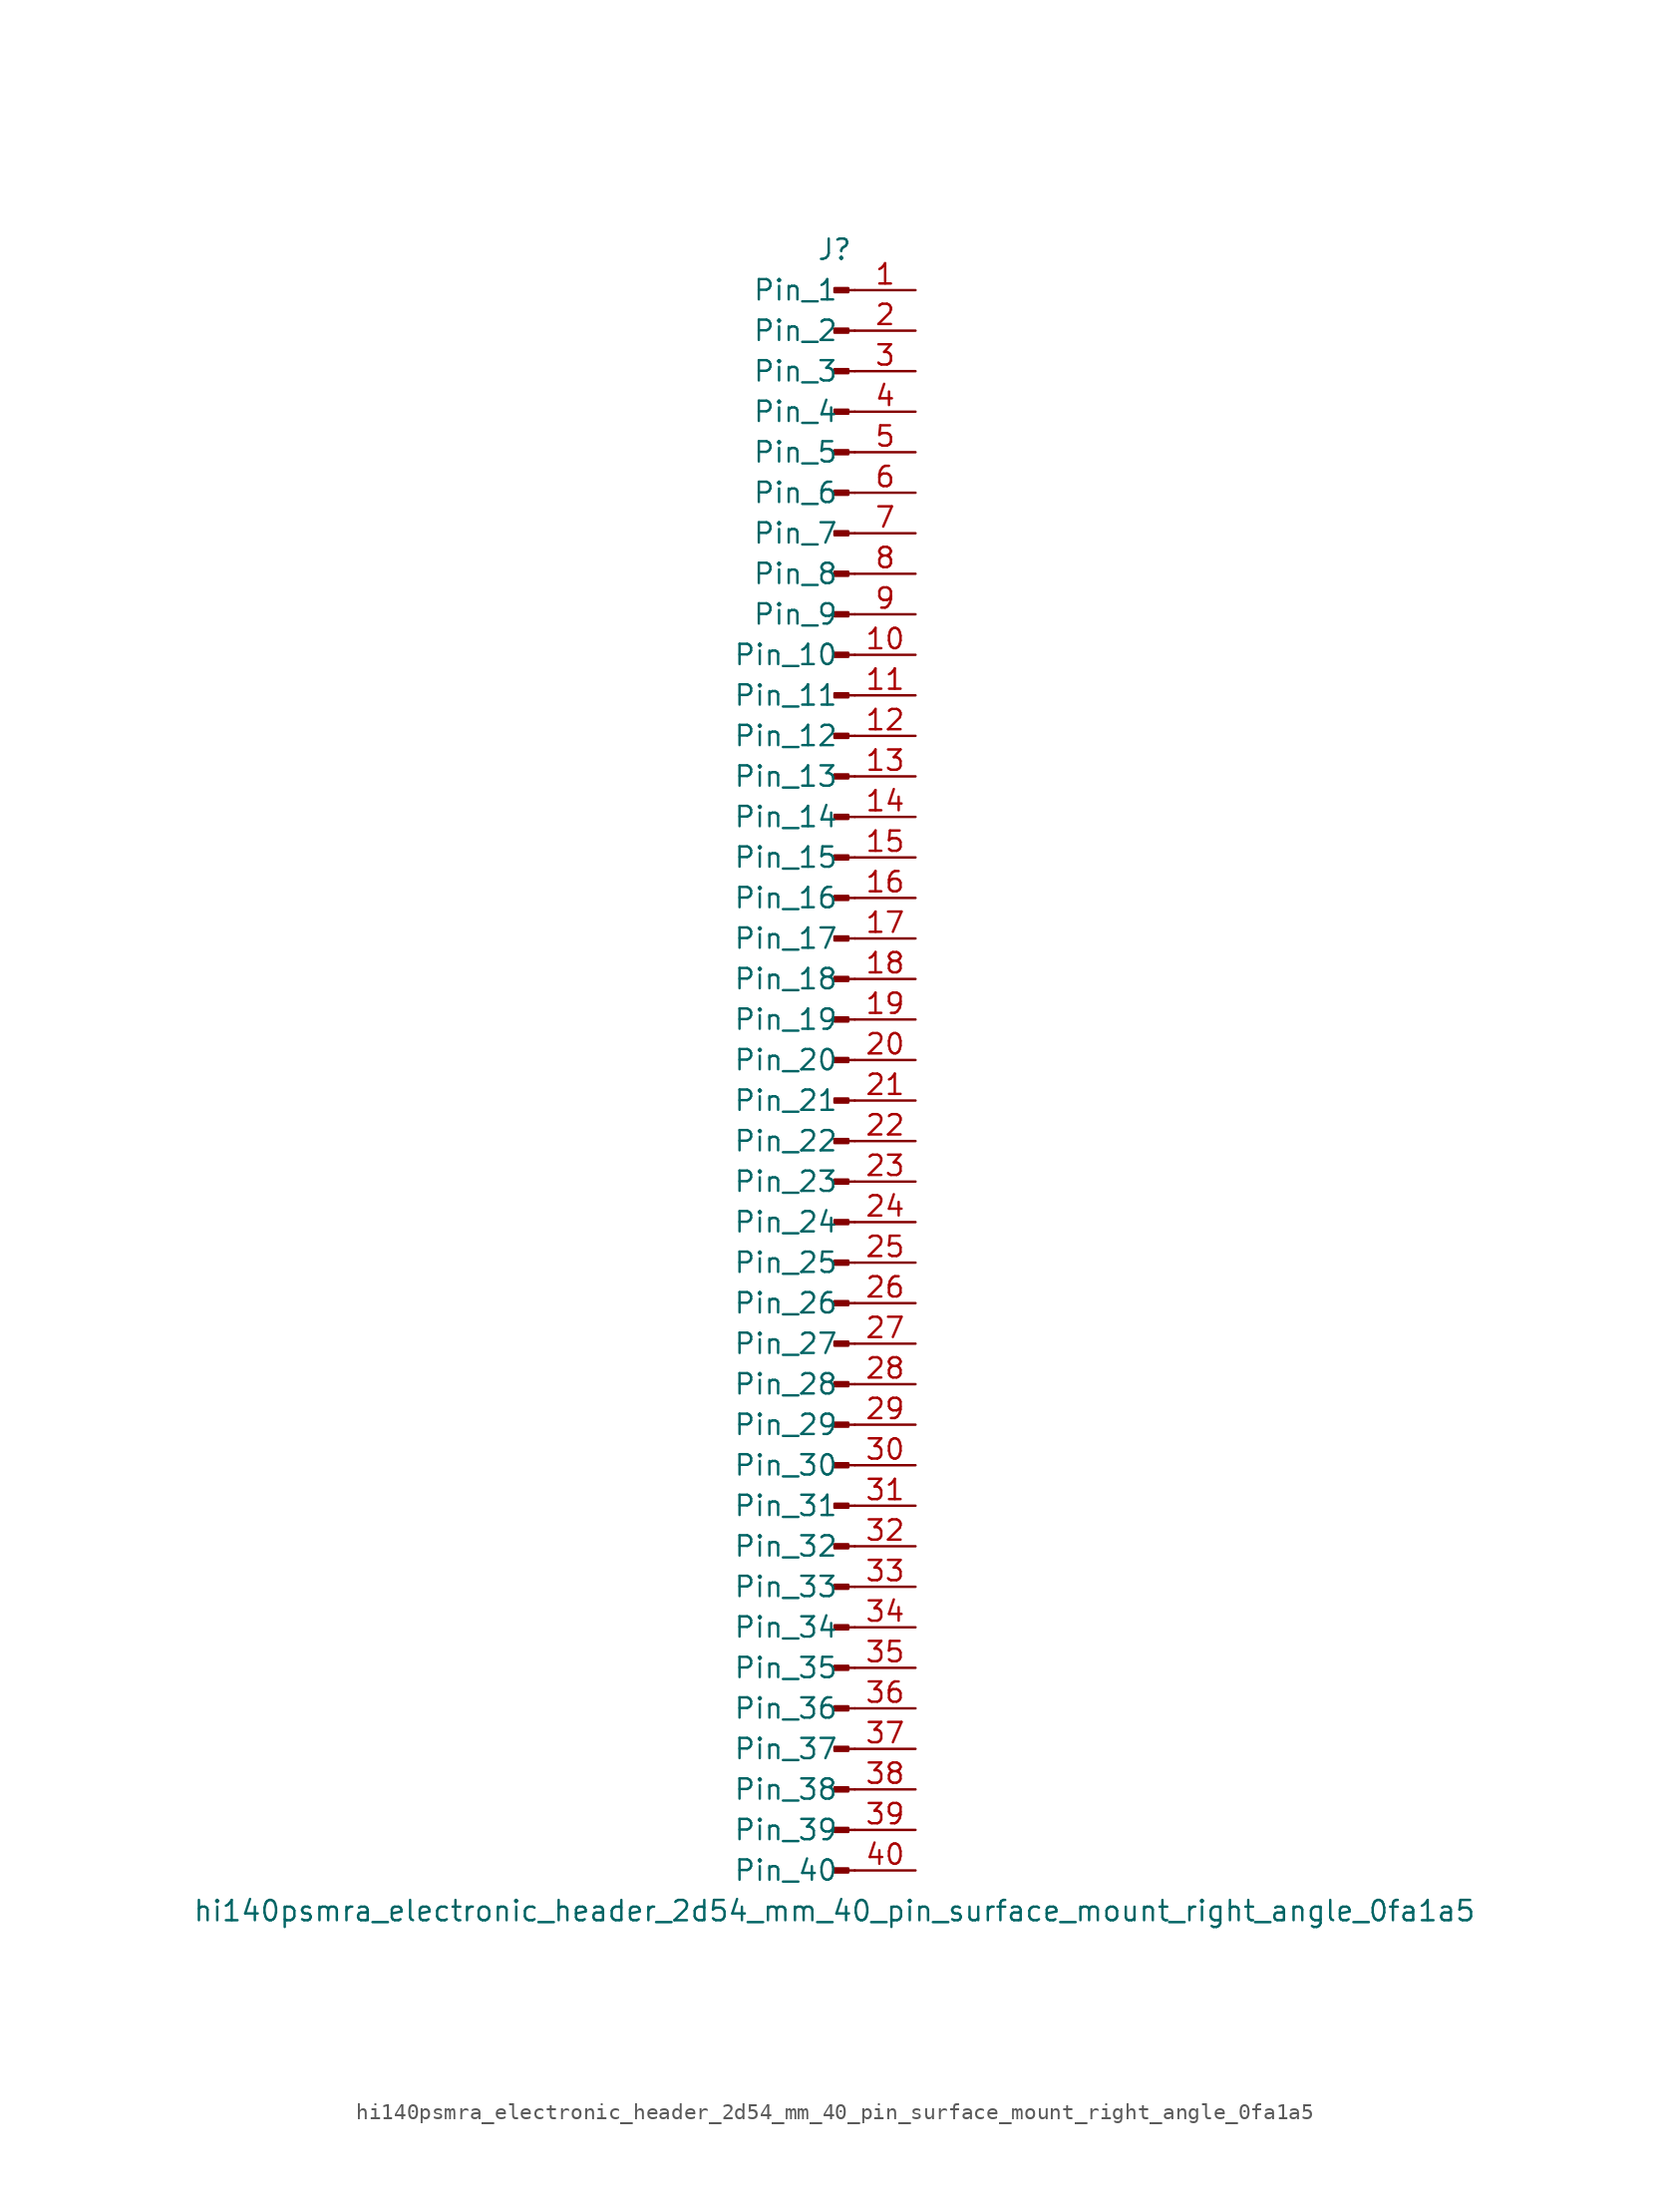
<source format=kicad_sym>
(kicad_symbol_lib
  (version 20220914)
  (generator kicad_symbol_editor)
  (symbol "hi140psmra_electronic_header_2d54_mm_40_pin_surface_mount_right_angle_0fa1a5"
    (pin_names
      (offset 1.016))
    (property "Reference" "J"
      (at 0 50.8 0)
      (effects (font (size 1.27 1.27))))
    (property "Value" "hi140psmra_electronic_header_2d54_mm_40_pin_surface_mount_right_angle_0fa1a5"
      (at 0 -53.34 0)
      (effects (font (size 1.27 1.27))))
    (property "ki_locked" ""
      (at 0 0 0)
      (effects (font (size 1.27 1.27))))
    (symbol "hi140psmra_electronic_header_2d54_mm_40_pin_surface_mount_right_angle_0fa1a5_1_1"
      (polyline (pts (xy 1.27 -50.8) (xy 0.864 -50.8)) (stroke (width 0.152) (type default)) (fill (type none)))
      (polyline (pts (xy 1.27 -48.26) (xy 0.864 -48.26)) (stroke (width 0.152) (type default)) (fill (type none)))
      (polyline (pts (xy 1.27 -45.72) (xy 0.864 -45.72)) (stroke (width 0.152) (type default)) (fill (type none)))
      (polyline (pts (xy 1.27 -43.18) (xy 0.864 -43.18)) (stroke (width 0.152) (type default)) (fill (type none)))
      (polyline (pts (xy 1.27 -40.64) (xy 0.864 -40.64)) (stroke (width 0.152) (type default)) (fill (type none)))
      (polyline (pts (xy 1.27 -38.1) (xy 0.864 -38.1)) (stroke (width 0.152) (type default)) (fill (type none)))
      (polyline (pts (xy 1.27 -35.56) (xy 0.864 -35.56)) (stroke (width 0.152) (type default)) (fill (type none)))
      (polyline (pts (xy 1.27 -33.02) (xy 0.864 -33.02)) (stroke (width 0.152) (type default)) (fill (type none)))
      (polyline (pts (xy 1.27 -30.48) (xy 0.864 -30.48)) (stroke (width 0.152) (type default)) (fill (type none)))
      (polyline (pts (xy 1.27 -27.94) (xy 0.864 -27.94)) (stroke (width 0.152) (type default)) (fill (type none)))
      (polyline (pts (xy 1.27 -25.4) (xy 0.864 -25.4)) (stroke (width 0.152) (type default)) (fill (type none)))
      (polyline (pts (xy 1.27 -22.86) (xy 0.864 -22.86)) (stroke (width 0.152) (type default)) (fill (type none)))
      (polyline (pts (xy 1.27 -20.32) (xy 0.864 -20.32)) (stroke (width 0.152) (type default)) (fill (type none)))
      (polyline (pts (xy 1.27 -17.78) (xy 0.864 -17.78)) (stroke (width 0.152) (type default)) (fill (type none)))
      (polyline (pts (xy 1.27 -15.24) (xy 0.864 -15.24)) (stroke (width 0.152) (type default)) (fill (type none)))
      (polyline (pts (xy 1.27 -12.7) (xy 0.864 -12.7)) (stroke (width 0.152) (type default)) (fill (type none)))
      (polyline (pts (xy 1.27 -10.16) (xy 0.864 -10.16)) (stroke (width 0.152) (type default)) (fill (type none)))
      (polyline (pts (xy 1.27 -7.62) (xy 0.864 -7.62)) (stroke (width 0.152) (type default)) (fill (type none)))
      (polyline (pts (xy 1.27 -5.08) (xy 0.864 -5.08)) (stroke (width 0.152) (type default)) (fill (type none)))
      (polyline (pts (xy 1.27 -2.54) (xy 0.864 -2.54)) (stroke (width 0.152) (type default)) (fill (type none)))
      (polyline (pts (xy 1.27 0) (xy 0.864 0)) (stroke (width 0.152) (type default)) (fill (type none)))
      (polyline (pts (xy 1.27 2.54) (xy 0.864 2.54)) (stroke (width 0.152) (type default)) (fill (type none)))
      (polyline (pts (xy 1.27 5.08) (xy 0.864 5.08)) (stroke (width 0.152) (type default)) (fill (type none)))
      (polyline (pts (xy 1.27 7.62) (xy 0.864 7.62)) (stroke (width 0.152) (type default)) (fill (type none)))
      (polyline (pts (xy 1.27 10.16) (xy 0.864 10.16)) (stroke (width 0.152) (type default)) (fill (type none)))
      (polyline (pts (xy 1.27 12.7) (xy 0.864 12.7)) (stroke (width 0.152) (type default)) (fill (type none)))
      (polyline (pts (xy 1.27 15.24) (xy 0.864 15.24)) (stroke (width 0.152) (type default)) (fill (type none)))
      (polyline (pts (xy 1.27 17.78) (xy 0.864 17.78)) (stroke (width 0.152) (type default)) (fill (type none)))
      (polyline (pts (xy 1.27 20.32) (xy 0.864 20.32)) (stroke (width 0.152) (type default)) (fill (type none)))
      (polyline (pts (xy 1.27 22.86) (xy 0.864 22.86)) (stroke (width 0.152) (type default)) (fill (type none)))
      (polyline (pts (xy 1.27 25.4) (xy 0.864 25.4)) (stroke (width 0.152) (type default)) (fill (type none)))
      (polyline (pts (xy 1.27 27.94) (xy 0.864 27.94)) (stroke (width 0.152) (type default)) (fill (type none)))
      (polyline (pts (xy 1.27 30.48) (xy 0.864 30.48)) (stroke (width 0.152) (type default)) (fill (type none)))
      (polyline (pts (xy 1.27 33.02) (xy 0.864 33.02)) (stroke (width 0.152) (type default)) (fill (type none)))
      (polyline (pts (xy 1.27 35.56) (xy 0.864 35.56)) (stroke (width 0.152) (type default)) (fill (type none)))
      (polyline (pts (xy 1.27 38.1) (xy 0.864 38.1)) (stroke (width 0.152) (type default)) (fill (type none)))
      (polyline (pts (xy 1.27 40.64) (xy 0.864 40.64)) (stroke (width 0.152) (type default)) (fill (type none)))
      (polyline (pts (xy 1.27 43.18) (xy 0.864 43.18)) (stroke (width 0.152) (type default)) (fill (type none)))
      (polyline (pts (xy 1.27 45.72) (xy 0.864 45.72)) (stroke (width 0.152) (type default)) (fill (type none)))
      (polyline (pts (xy 1.27 48.26) (xy 0.864 48.26)) (stroke (width 0.152) (type default)) (fill (type none)))
      (rectangle (start 0.864 -50.673) (end 0 -50.927) (stroke (width 0.152) (type default)) (fill (type outline)))
      (rectangle (start 0.864 -48.133) (end 0 -48.387) (stroke (width 0.152) (type default)) (fill (type outline)))
      (rectangle (start 0.864 -45.593) (end 0 -45.847) (stroke (width 0.152) (type default)) (fill (type outline)))
      (rectangle (start 0.864 -43.053) (end 0 -43.307) (stroke (width 0.152) (type default)) (fill (type outline)))
      (rectangle (start 0.864 -40.513) (end 0 -40.767) (stroke (width 0.152) (type default)) (fill (type outline)))
      (rectangle (start 0.864 -37.973) (end 0 -38.227) (stroke (width 0.152) (type default)) (fill (type outline)))
      (rectangle (start 0.864 -35.433) (end 0 -35.687) (stroke (width 0.152) (type default)) (fill (type outline)))
      (rectangle (start 0.864 -32.893) (end 0 -33.147) (stroke (width 0.152) (type default)) (fill (type outline)))
      (rectangle (start 0.864 -30.353) (end 0 -30.607) (stroke (width 0.152) (type default)) (fill (type outline)))
      (rectangle (start 0.864 -27.813) (end 0 -28.067) (stroke (width 0.152) (type default)) (fill (type outline)))
      (rectangle (start 0.864 -25.273) (end 0 -25.527) (stroke (width 0.152) (type default)) (fill (type outline)))
      (rectangle (start 0.864 -22.733) (end 0 -22.987) (stroke (width 0.152) (type default)) (fill (type outline)))
      (rectangle (start 0.864 -20.193) (end 0 -20.447) (stroke (width 0.152) (type default)) (fill (type outline)))
      (rectangle (start 0.864 -17.653) (end 0 -17.907) (stroke (width 0.152) (type default)) (fill (type outline)))
      (rectangle (start 0.864 -15.113) (end 0 -15.367) (stroke (width 0.152) (type default)) (fill (type outline)))
      (rectangle (start 0.864 -12.573) (end 0 -12.827) (stroke (width 0.152) (type default)) (fill (type outline)))
      (rectangle (start 0.864 -10.033) (end 0 -10.287) (stroke (width 0.152) (type default)) (fill (type outline)))
      (rectangle (start 0.864 -7.493) (end 0 -7.747) (stroke (width 0.152) (type default)) (fill (type outline)))
      (rectangle (start 0.864 -4.953) (end 0 -5.207) (stroke (width 0.152) (type default)) (fill (type outline)))
      (rectangle (start 0.864 -2.413) (end 0 -2.667) (stroke (width 0.152) (type default)) (fill (type outline)))
      (rectangle (start 0.864 0.127) (end 0 -0.127) (stroke (width 0.152) (type default)) (fill (type outline)))
      (rectangle (start 0.864 2.667) (end 0 2.413) (stroke (width 0.152) (type default)) (fill (type outline)))
      (rectangle (start 0.864 5.207) (end 0 4.953) (stroke (width 0.152) (type default)) (fill (type outline)))
      (rectangle (start 0.864 7.747) (end 0 7.493) (stroke (width 0.152) (type default)) (fill (type outline)))
      (rectangle (start 0.864 10.287) (end 0 10.033) (stroke (width 0.152) (type default)) (fill (type outline)))
      (rectangle (start 0.864 12.827) (end 0 12.573) (stroke (width 0.152) (type default)) (fill (type outline)))
      (rectangle (start 0.864 15.367) (end 0 15.113) (stroke (width 0.152) (type default)) (fill (type outline)))
      (rectangle (start 0.864 17.907) (end 0 17.653) (stroke (width 0.152) (type default)) (fill (type outline)))
      (rectangle (start 0.864 20.447) (end 0 20.193) (stroke (width 0.152) (type default)) (fill (type outline)))
      (rectangle (start 0.864 22.987) (end 0 22.733) (stroke (width 0.152) (type default)) (fill (type outline)))
      (rectangle (start 0.864 25.527) (end 0 25.273) (stroke (width 0.152) (type default)) (fill (type outline)))
      (rectangle (start 0.864 28.067) (end 0 27.813) (stroke (width 0.152) (type default)) (fill (type outline)))
      (rectangle (start 0.864 30.607) (end 0 30.353) (stroke (width 0.152) (type default)) (fill (type outline)))
      (rectangle (start 0.864 33.147) (end 0 32.893) (stroke (width 0.152) (type default)) (fill (type outline)))
      (rectangle (start 0.864 35.687) (end 0 35.433) (stroke (width 0.152) (type default)) (fill (type outline)))
      (rectangle (start 0.864 38.227) (end 0 37.973) (stroke (width 0.152) (type default)) (fill (type outline)))
      (rectangle (start 0.864 40.767) (end 0 40.513) (stroke (width 0.152) (type default)) (fill (type outline)))
      (rectangle (start 0.864 43.307) (end 0 43.053) (stroke (width 0.152) (type default)) (fill (type outline)))
      (rectangle (start 0.864 45.847) (end 0 45.593) (stroke (width 0.152) (type default)) (fill (type outline)))
      (rectangle (start 0.864 48.387) (end 0 48.133) (stroke (width 0.152) (type default)) (fill (type outline)))
      (pin passive line (at 5.08 48.26 180) (length 3.81) (name "Pin_1" (effects (font (size 1.27 1.27)))) (number "1" (effects (font (size 1.27 1.27)))))
      (pin passive line (at 5.08 25.4 180) (length 3.81) (name "Pin_10" (effects (font (size 1.27 1.27)))) (number "10" (effects (font (size 1.27 1.27)))))
      (pin passive line (at 5.08 22.86 180) (length 3.81) (name "Pin_11" (effects (font (size 1.27 1.27)))) (number "11" (effects (font (size 1.27 1.27)))))
      (pin passive line (at 5.08 20.32 180) (length 3.81) (name "Pin_12" (effects (font (size 1.27 1.27)))) (number "12" (effects (font (size 1.27 1.27)))))
      (pin passive line (at 5.08 17.78 180) (length 3.81) (name "Pin_13" (effects (font (size 1.27 1.27)))) (number "13" (effects (font (size 1.27 1.27)))))
      (pin passive line (at 5.08 15.24 180) (length 3.81) (name "Pin_14" (effects (font (size 1.27 1.27)))) (number "14" (effects (font (size 1.27 1.27)))))
      (pin passive line (at 5.08 12.7 180) (length 3.81) (name "Pin_15" (effects (font (size 1.27 1.27)))) (number "15" (effects (font (size 1.27 1.27)))))
      (pin passive line (at 5.08 10.16 180) (length 3.81) (name "Pin_16" (effects (font (size 1.27 1.27)))) (number "16" (effects (font (size 1.27 1.27)))))
      (pin passive line (at 5.08 7.62 180) (length 3.81) (name "Pin_17" (effects (font (size 1.27 1.27)))) (number "17" (effects (font (size 1.27 1.27)))))
      (pin passive line (at 5.08 5.08 180) (length 3.81) (name "Pin_18" (effects (font (size 1.27 1.27)))) (number "18" (effects (font (size 1.27 1.27)))))
      (pin passive line (at 5.08 2.54 180) (length 3.81) (name "Pin_19" (effects (font (size 1.27 1.27)))) (number "19" (effects (font (size 1.27 1.27)))))
      (pin passive line (at 5.08 45.72 180) (length 3.81) (name "Pin_2" (effects (font (size 1.27 1.27)))) (number "2" (effects (font (size 1.27 1.27)))))
      (pin passive line (at 5.08 0 180) (length 3.81) (name "Pin_20" (effects (font (size 1.27 1.27)))) (number "20" (effects (font (size 1.27 1.27)))))
      (pin passive line (at 5.08 -2.54 180) (length 3.81) (name "Pin_21" (effects (font (size 1.27 1.27)))) (number "21" (effects (font (size 1.27 1.27)))))
      (pin passive line (at 5.08 -5.08 180) (length 3.81) (name "Pin_22" (effects (font (size 1.27 1.27)))) (number "22" (effects (font (size 1.27 1.27)))))
      (pin passive line (at 5.08 -7.62 180) (length 3.81) (name "Pin_23" (effects (font (size 1.27 1.27)))) (number "23" (effects (font (size 1.27 1.27)))))
      (pin passive line (at 5.08 -10.16 180) (length 3.81) (name "Pin_24" (effects (font (size 1.27 1.27)))) (number "24" (effects (font (size 1.27 1.27)))))
      (pin passive line (at 5.08 -12.7 180) (length 3.81) (name "Pin_25" (effects (font (size 1.27 1.27)))) (number "25" (effects (font (size 1.27 1.27)))))
      (pin passive line (at 5.08 -15.24 180) (length 3.81) (name "Pin_26" (effects (font (size 1.27 1.27)))) (number "26" (effects (font (size 1.27 1.27)))))
      (pin passive line (at 5.08 -17.78 180) (length 3.81) (name "Pin_27" (effects (font (size 1.27 1.27)))) (number "27" (effects (font (size 1.27 1.27)))))
      (pin passive line (at 5.08 -20.32 180) (length 3.81) (name "Pin_28" (effects (font (size 1.27 1.27)))) (number "28" (effects (font (size 1.27 1.27)))))
      (pin passive line (at 5.08 -22.86 180) (length 3.81) (name "Pin_29" (effects (font (size 1.27 1.27)))) (number "29" (effects (font (size 1.27 1.27)))))
      (pin passive line (at 5.08 43.18 180) (length 3.81) (name "Pin_3" (effects (font (size 1.27 1.27)))) (number "3" (effects (font (size 1.27 1.27)))))
      (pin passive line (at 5.08 -25.4 180) (length 3.81) (name "Pin_30" (effects (font (size 1.27 1.27)))) (number "30" (effects (font (size 1.27 1.27)))))
      (pin passive line (at 5.08 -27.94 180) (length 3.81) (name "Pin_31" (effects (font (size 1.27 1.27)))) (number "31" (effects (font (size 1.27 1.27)))))
      (pin passive line (at 5.08 -30.48 180) (length 3.81) (name "Pin_32" (effects (font (size 1.27 1.27)))) (number "32" (effects (font (size 1.27 1.27)))))
      (pin passive line (at 5.08 -33.02 180) (length 3.81) (name "Pin_33" (effects (font (size 1.27 1.27)))) (number "33" (effects (font (size 1.27 1.27)))))
      (pin passive line (at 5.08 -35.56 180) (length 3.81) (name "Pin_34" (effects (font (size 1.27 1.27)))) (number "34" (effects (font (size 1.27 1.27)))))
      (pin passive line (at 5.08 -38.1 180) (length 3.81) (name "Pin_35" (effects (font (size 1.27 1.27)))) (number "35" (effects (font (size 1.27 1.27)))))
      (pin passive line (at 5.08 -40.64 180) (length 3.81) (name "Pin_36" (effects (font (size 1.27 1.27)))) (number "36" (effects (font (size 1.27 1.27)))))
      (pin passive line (at 5.08 -43.18 180) (length 3.81) (name "Pin_37" (effects (font (size 1.27 1.27)))) (number "37" (effects (font (size 1.27 1.27)))))
      (pin passive line (at 5.08 -45.72 180) (length 3.81) (name "Pin_38" (effects (font (size 1.27 1.27)))) (number "38" (effects (font (size 1.27 1.27)))))
      (pin passive line (at 5.08 -48.26 180) (length 3.81) (name "Pin_39" (effects (font (size 1.27 1.27)))) (number "39" (effects (font (size 1.27 1.27)))))
      (pin passive line (at 5.08 40.64 180) (length 3.81) (name "Pin_4" (effects (font (size 1.27 1.27)))) (number "4" (effects (font (size 1.27 1.27)))))
      (pin passive line (at 5.08 -50.8 180) (length 3.81) (name "Pin_40" (effects (font (size 1.27 1.27)))) (number "40" (effects (font (size 1.27 1.27)))))
      (pin passive line (at 5.08 38.1 180) (length 3.81) (name "Pin_5" (effects (font (size 1.27 1.27)))) (number "5" (effects (font (size 1.27 1.27)))))
      (pin passive line (at 5.08 35.56 180) (length 3.81) (name "Pin_6" (effects (font (size 1.27 1.27)))) (number "6" (effects (font (size 1.27 1.27)))))
      (pin passive line (at 5.08 33.02 180) (length 3.81) (name "Pin_7" (effects (font (size 1.27 1.27)))) (number "7" (effects (font (size 1.27 1.27)))))
      (pin passive line (at 5.08 30.48 180) (length 3.81) (name "Pin_8" (effects (font (size 1.27 1.27)))) (number "8" (effects (font (size 1.27 1.27)))))
      (pin passive line (at 5.08 27.94 180) (length 3.81) (name "Pin_9" (effects (font (size 1.27 1.27)))) (number "9" (effects (font (size 1.27 1.27))))))))
</source>
